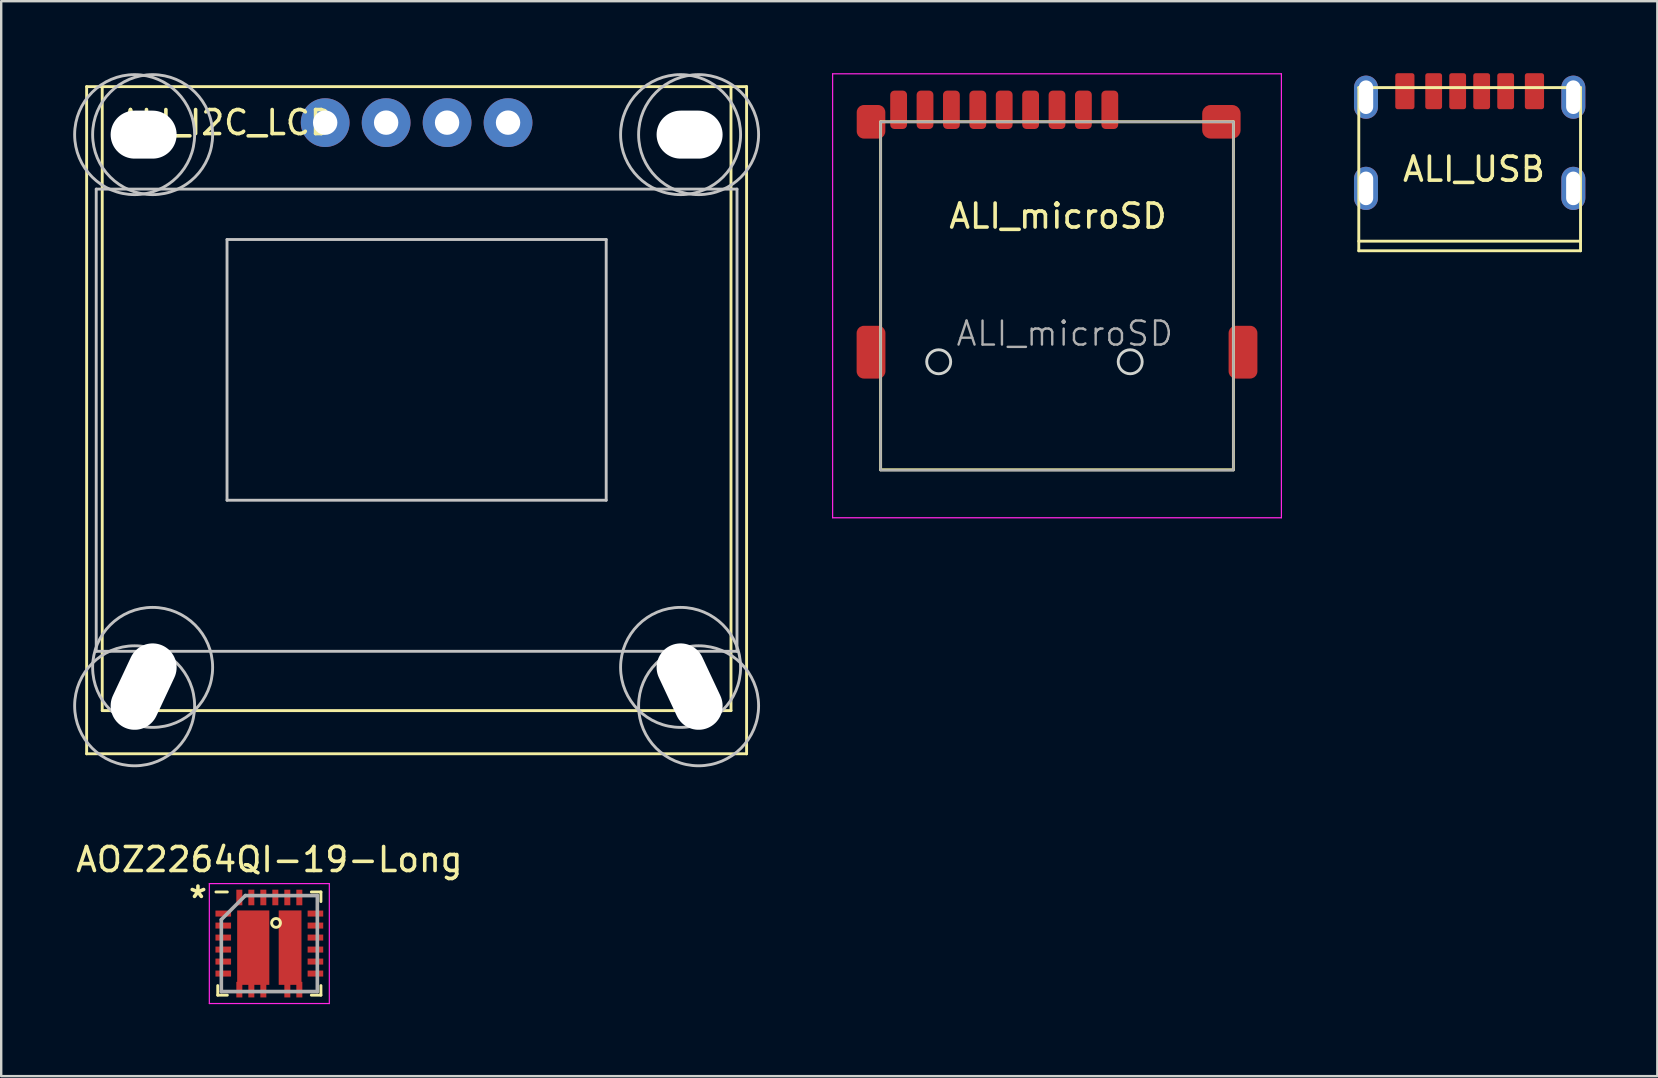
<source format=kicad_pcb>
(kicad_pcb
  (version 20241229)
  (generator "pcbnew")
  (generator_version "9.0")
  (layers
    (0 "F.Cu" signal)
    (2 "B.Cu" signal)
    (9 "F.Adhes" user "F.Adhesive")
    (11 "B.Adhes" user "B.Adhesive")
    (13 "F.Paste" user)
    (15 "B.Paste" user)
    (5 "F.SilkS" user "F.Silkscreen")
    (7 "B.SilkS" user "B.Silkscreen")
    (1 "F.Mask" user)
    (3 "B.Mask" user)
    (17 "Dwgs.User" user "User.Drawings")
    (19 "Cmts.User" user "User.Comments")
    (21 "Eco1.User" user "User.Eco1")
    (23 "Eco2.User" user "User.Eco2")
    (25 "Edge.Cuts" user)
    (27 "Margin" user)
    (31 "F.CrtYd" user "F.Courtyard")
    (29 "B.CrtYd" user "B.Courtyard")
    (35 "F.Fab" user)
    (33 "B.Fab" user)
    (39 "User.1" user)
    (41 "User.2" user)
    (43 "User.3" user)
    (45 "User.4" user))
  (footprint "ALI_I2C_LCD"
    (layer "F.Cu")
    (at 14.31 0.56)
    (property "Reference" "ALI_I2C_LCD" (at -7.9 1.5 0) (layer "F.SilkS") (effects (font (size 1 1) (thickness 0.15))))
    (attr through_hole)
    (fp_line (start -13.75 0) (end -13.75 27.8) (stroke (width 0.12) (type solid)) (layer "F.SilkS"))
    (fp_line (start -13.75 0) (end 13.75 0) (stroke (width 0.12) (type solid)) (layer "F.SilkS"))
    (fp_line (start -13.75 27.8) (end 13.75 27.8) (stroke (width 0.12) (type solid)) (layer "F.SilkS"))
    (fp_line (start -13.1 0) (end -13.1 26) (stroke (width 0.12) (type solid)) (layer "F.SilkS"))
    (fp_line (start -13.1 26) (end 13.1 26) (stroke (width 0.12) (type solid)) (layer "F.SilkS"))
    (fp_line (start 13.1 0) (end 13.1 26) (stroke (width 0.12) (type solid)) (layer "F.SilkS"))
    (fp_line (start 13.75 0) (end 13.75 27.8) (stroke (width 0.12) (type solid)) (layer "F.SilkS"))
    (fp_line (start -13.35 4.27) (end 13.35 4.27) (stroke (width 0.12) (type solid)) (layer "Dwgs.User"))
    (fp_line (start -13.35 23.53) (end -13.35 4.27) (stroke (width 0.12) (type solid)) (layer "Dwgs.User"))
    (fp_line (start -7.9 6.37) (end 7.9 6.37) (stroke (width 0.12) (type solid)) (layer "Dwgs.User"))
    (fp_line (start -7.9 17.234) (end -7.9 6.37) (stroke (width 0.12) (type solid)) (layer "Dwgs.User"))
    (fp_line (start 7.9 6.37) (end 7.9 17.234) (stroke (width 0.12) (type solid)) (layer "Dwgs.User"))
    (fp_line (start 7.9 17.234) (end -7.9 17.234) (stroke (width 0.12) (type solid)) (layer "Dwgs.User"))
    (fp_line (start 13.35 4.27) (end 13.35 23.53) (stroke (width 0.12) (type solid)) (layer "Dwgs.User"))
    (fp_line (start 13.35 23.53) (end -13.35 23.53) (stroke (width 0.12) (type solid)) (layer "Dwgs.User"))
    (fp_circle (center -11.75 2) (end -9.25 2) (stroke (width 0.12) (type solid)) (fill no) (layer "Dwgs.User"))
    (fp_circle (center -11.75 25.8) (end -9.25 25.8) (stroke (width 0.12) (type solid)) (fill no) (layer "Dwgs.User"))
    (fp_circle (center -11 2) (end -8.5 2) (stroke (width 0.12) (type solid)) (fill no) (layer "Dwgs.User"))
    (fp_circle (center -11 24.2) (end -8.5 24.2) (stroke (width 0.12) (type solid)) (fill no) (layer "Dwgs.User"))
    (fp_circle (center 11 2) (end 13.5 2) (stroke (width 0.12) (type solid)) (fill no) (layer "Dwgs.User"))
    (fp_circle (center 11 24.2) (end 13.5 24.2) (stroke (width 0.12) (type solid)) (fill no) (layer "Dwgs.User"))
    (fp_circle (center 11.75 2) (end 14.25 2) (stroke (width 0.12) (type solid)) (fill no) (layer "Dwgs.User"))
    (fp_circle (center 11.75 25.8) (end 14.25 25.8) (stroke (width 0.12) (type solid)) (fill no) (layer "Dwgs.User"))
    (pad "" np_thru_hole oval (at -11.375 2) (size 2.75 2) (drill oval 2.75 2) (layers "*.Cu" "*.Mask"))
    (pad "" np_thru_hole oval (at -11.375 25 64.885) (size 3.767 2) (drill oval 3.767 2) (layers "*.Cu" "*.Mask"))
    (pad "" np_thru_hole oval (at 11.375 2) (size 2.75 2) (drill oval 2.75 2) (layers "*.Cu" "*.Mask"))
    (pad "" np_thru_hole oval (at 11.375 25 295.115) (size 3.767 2) (drill oval 3.767 2) (layers "*.Cu" "*.Mask"))
    (pad "1" thru_hole oval (at -3.81 1.5) (size 2.032 2.032) (drill 1.016) (layers "*.Cu" "*.Mask"))
    (pad "2" thru_hole oval (at -1.27 1.5) (size 2.032 2.032) (drill 1.016) (layers "*.Cu" "*.Mask"))
    (pad "3" thru_hole oval (at 1.27 1.5) (size 2.032 2.032) (drill 1.016) (layers "*.Cu" "*.Mask"))
    (pad "4" thru_hole oval (at 3.81 1.5) (size 2.032 2.032) (drill 1.016) (layers "*.Cu" "*.Mask")))
  (footprint "ALI_USB"
    (layer "F.Cu")
    (at 53.87 1)
    (property "Reference" "ALI_USB" (at 4.5 3 0) (unlocked yes) (layer "F.SilkS") (effects (font (size 1 1) (thickness 0.15))))
    (attr through_hole)
    (fp_line (start -0.3 -0.4) (end 8.94 -0.4) (stroke (width 0.12) (type solid)) (layer "F.SilkS"))
    (fp_line (start -0.3 6.4) (end -0.3 -0.4) (stroke (width 0.12) (type solid)) (layer "F.SilkS"))
    (fp_line (start 8.94 -0.4) (end 8.94 6.4) (stroke (width 0.12) (type solid)) (layer "F.SilkS"))
    (fp_line (start 8.94 6) (end -0.3 6) (stroke (width 0.12) (type solid)) (layer "F.SilkS"))
    (fp_line (start 8.94 6.4) (end -0.3 6.4) (stroke (width 0.12) (type solid)) (layer "F.SilkS"))
    (pad "A5" smd roundrect (at 3.82 -0.25) (size 0.7 1.5) (layers "F.Cu" "F.Mask" "F.Paste") (roundrect_rratio 0.143))
    (pad "A9" smd roundrect (at 5.82 -0.25) (size 0.7 1.5) (layers "F.Cu" "F.Mask" "F.Paste") (roundrect_rratio 0.143))
    (pad "A12" smd roundrect (at 7.02 -0.25) (size 0.8 1.5) (layers "F.Cu" "F.Mask" "F.Paste") (roundrect_rratio 0.125))
    (pad "B5" smd roundrect (at 4.82 -0.25) (size 0.7 1.5) (layers "F.Cu" "F.Mask" "F.Paste") (roundrect_rratio 0.143))
    (pad "B9" smd roundrect (at 2.82 -0.25) (size 0.7 1.5) (layers "F.Cu" "F.Mask" "F.Paste") (roundrect_rratio 0.143))
    (pad "B12" smd roundrect (at 1.62 -0.25) (size 0.8 1.5) (layers "F.Cu" "F.Mask" "F.Paste") (roundrect_rratio 0.125))
    (pad "S1" thru_hole oval (at 0 0) (size 1 1.8) (drill oval 0.6 1.4) (layers "*.Cu" "*.Mask"))
    (pad "S2" thru_hole oval (at 0 3.8) (size 1 1.8) (drill oval 0.6 1.4) (layers "*.Cu" "*.Mask"))
    (pad "S3" thru_hole oval (at 8.64 0) (size 1 1.8) (drill oval 0.6 1.4) (layers "*.Cu" "*.Mask"))
    (pad "S4" thru_hole oval (at 8.64 3.8) (size 1 1.8) (drill oval 0.6 1.4) (layers "*.Cu" "*.Mask")))
  (footprint "AOZ2264QI-19-Long"
    (layer "F.Cu")
    (at 8.173 36.268)
    (property "Reference" "AOZ2264QI-19-Long" (at 0 -3.5 0) (layer "F.SilkS") (effects (font (size 1 1) (thickness 0.15))))
    (attr smd)
    (fp_poly (pts (xy 0 1.72) (xy -1.34 1.72) (xy -1.34 -1.38) (xy 0 -1.38)) (stroke (width 0) (type solid)) (fill yes) (layer "F.Cu"))
    (fp_poly (pts (xy 1.34 1.72) (xy 0.39 1.72) (xy 0.39 -1.38) (xy 1.34 -1.38)) (stroke (width 0) (type solid)) (fill yes) (layer "F.Cu"))
    (fp_poly (pts (xy 0.01 1.72) (xy -1.33 1.72) (xy -1.33 -1.38) (xy 0.01 -1.38)) (stroke (width 0) (type solid)) (fill yes) (layer "F.Mask"))
    (fp_poly (pts (xy 1.3 1.72) (xy 0.39 1.72) (xy 0.39 -1.38) (xy 1.3 -1.38)) (stroke (width 0) (type solid)) (fill yes) (layer "F.Mask"))
    (fp_line (start -2.15 2.15) (end -2.15 1.75) (stroke (width 0.12) (type solid)) (layer "F.SilkS"))
    (fp_line (start -1.75 -2.15) (end -2.225 -2.15) (stroke (width 0.12) (type solid)) (layer "F.SilkS"))
    (fp_line (start -1.75 2.15) (end -2.15 2.15) (stroke (width 0.12) (type solid)) (layer "F.SilkS"))
    (fp_line (start 1.75 -2.15) (end 2.15 -2.15) (stroke (width 0.12) (type solid)) (layer "F.SilkS"))
    (fp_line (start 1.75 2.15) (end 2.15 2.15) (stroke (width 0.12) (type solid)) (layer "F.SilkS"))
    (fp_line (start 2.15 -2.15) (end 2.15 -1.75) (stroke (width 0.12) (type solid)) (layer "F.SilkS"))
    (fp_line (start 2.15 2.15) (end 2.15 1.75) (stroke (width 0.12) (type solid)) (layer "F.SilkS"))
    (fp_circle (center 0.28 -0.86) (end 0.11 -0.93) (stroke (width 0.12) (type solid)) (fill no) (layer "F.SilkS"))
    (fp_poly (pts (xy -0.56 -0.48) (xy -0.81 -0.48) (xy -0.81 -0.73) (xy -0.56 -0.73)) (stroke (width 0) (type solid)) (fill yes) (layer "F.Paste"))
    (fp_poly (pts (xy -0.56 0.02) (xy -0.81 0.02) (xy -0.81 -0.23) (xy -0.56 -0.23)) (stroke (width 0) (type solid)) (fill yes) (layer "F.Paste"))
    (fp_poly (pts (xy -0.56 0.52) (xy -0.81 0.52) (xy -0.81 0.27) (xy -0.56 0.27)) (stroke (width 0) (type solid)) (fill yes) (layer "F.Paste"))
    (fp_poly (pts (xy -0.56 1.02) (xy -0.81 1.02) (xy -0.81 0.77) (xy -0.56 0.77)) (stroke (width 0) (type solid)) (fill yes) (layer "F.Paste"))
    (fp_poly (pts (xy 0.98 -0.48) (xy 0.73 -0.48) (xy 0.73 -0.73) (xy 0.98 -0.73)) (stroke (width 0) (type solid)) (fill yes) (layer "F.Paste"))
    (fp_poly (pts (xy 0.98 0.02) (xy 0.73 0.02) (xy 0.73 -0.23) (xy 0.98 -0.23)) (stroke (width 0) (type solid)) (fill yes) (layer "F.Paste"))
    (fp_poly (pts (xy 0.98 0.52) (xy 0.73 0.52) (xy 0.73 0.27) (xy 0.98 0.27)) (stroke (width 0) (type solid)) (fill yes) (layer "F.Paste"))
    (fp_poly (pts (xy 0.98 1.02) (xy 0.73 1.02) (xy 0.73 0.77) (xy 0.98 0.77)) (stroke (width 0) (type solid)) (fill yes) (layer "F.Paste"))
    (fp_line (start -2.5 -2.5) (end 2.5 -2.5) (stroke (width 0.05) (type solid)) (layer "F.CrtYd"))
    (fp_line (start -2.5 2.5) (end -2.5 -2.5) (stroke (width 0.05) (type solid)) (layer "F.CrtYd"))
    (fp_line (start 2.5 -2.5) (end 2.5 2.5) (stroke (width 0.05) (type solid)) (layer "F.CrtYd"))
    (fp_line (start 2.5 2.5) (end -2.5 2.5) (stroke (width 0.05) (type solid)) (layer "F.CrtYd"))
    (fp_line (start -2 -1) (end -2 2) (stroke (width 0.15) (type solid)) (layer "F.Fab"))
    (fp_line (start -2 2) (end 2 2) (stroke (width 0.15) (type solid)) (layer "F.Fab"))
    (fp_line (start -1 -2) (end -2 -1) (stroke (width 0.15) (type solid)) (layer "F.Fab"))
    (fp_line (start 2 -2) (end -1 -2) (stroke (width 0.15) (type solid)) (layer "F.Fab"))
    (fp_line (start 2 2) (end 2 -2) (stroke (width 0.15) (type solid)) (layer "F.Fab"))
    (fp_text user "*" (at -2.975 -1.85 0) (layer "F.SilkS") (effects (font (size 1 1) (thickness 0.15))))
    (pad "1" smd rect (at -1.92 -1.25 90) (size 0.25 0.65) (layers "F.Cu" "F.Mask" "F.Paste"))
    (pad "2" smd rect (at -1.92 -0.75 90) (size 0.25 0.65) (layers "F.Cu" "F.Mask" "F.Paste"))
    (pad "3" smd rect (at -1.92 -0.25 90) (size 0.25 0.65) (layers "F.Cu" "F.Mask" "F.Paste"))
    (pad "4" smd rect (at -1.92 0.25 90) (size 0.25 0.65) (layers "F.Cu" "F.Mask" "F.Paste"))
    (pad "5" smd rect (at -1.92 0.75 90) (size 0.25 0.65) (layers "F.Cu" "F.Mask" "F.Paste"))
    (pad "6" smd rect (at -1.92 1.25 90) (size 0.25 0.65) (layers "F.Cu" "F.Mask" "F.Paste"))
    (pad "7" smd rect (at -1.25 1.92) (size 0.25 0.65) (layers "F.Cu" "F.Mask" "F.Paste"))
    (pad "8" smd rect (at -0.75 1.92) (size 0.25 0.65) (layers "F.Cu" "F.Mask" "F.Paste"))
    (pad "9" smd rect (at -0.25 1.92) (size 0.25 0.65) (layers "F.Cu" "F.Mask" "F.Paste"))
    (pad "10" smd rect (at 0.75 1.92) (size 0.25 0.65) (layers "F.Cu" "F.Mask" "F.Paste"))
    (pad "11" smd rect (at 1.25 1.92) (size 0.25 0.65) (layers "F.Cu" "F.Mask" "F.Paste"))
    (pad "12" smd rect (at 1.92 1.25 90) (size 0.25 0.65) (layers "F.Cu" "F.Mask" "F.Paste"))
    (pad "13" smd rect (at 1.92 0.75 90) (size 0.25 0.65) (layers "F.Cu" "F.Mask" "F.Paste"))
    (pad "14" smd rect (at 1.92 0.25 90) (size 0.25 0.65) (layers "F.Cu" "F.Mask" "F.Paste"))
    (pad "15" smd rect (at 1.92 -0.25 90) (size 0.25 0.65) (layers "F.Cu" "F.Mask" "F.Paste"))
    (pad "16" smd rect (at 1.92 -0.75 90) (size 0.25 0.65) (layers "F.Cu" "F.Mask" "F.Paste"))
    (pad "17" smd rect (at 1.92 -1.25 90) (size 0.25 0.65) (layers "F.Cu" "F.Mask" "F.Paste"))
    (pad "18" smd rect (at 1.25 -1.92) (size 0.25 0.65) (layers "F.Cu" "F.Mask" "F.Paste"))
    (pad "19" smd rect (at 0.75 -1.92) (size 0.25 0.65) (layers "F.Cu" "F.Mask" "F.Paste"))
    (pad "20" smd rect (at 0.25 -1.92) (size 0.25 0.65) (layers "F.Cu" "F.Mask" "F.Paste"))
    (pad "21" smd rect (at -0.25 -1.92) (size 0.25 0.65) (layers "F.Cu" "F.Mask" "F.Paste"))
    (pad "22" smd rect (at -0.75 -1.92) (size 0.25 0.65) (layers "F.Cu" "F.Mask" "F.Paste"))
    (pad "23" smd rect (at -1.25 -1.92) (size 0.25 0.65) (layers "F.Cu" "F.Mask" "F.Paste")))
  (footprint "ALI_microSD"
    (layer "F.Cu")
    (at 44.045 12.025)
    (property "Reference" "ALI_microSD" (at -3.01 -6.07 0) (layer "F.SilkS") (effects (font (size 1 1) (thickness 0.15))))
    (attr smd)
    (fp_line (start -10.4 -10) (end -10.4 4.5) (stroke (width 0.12) (type solid)) (layer "F.SilkS"))
    (fp_line (start -10.4 -10) (end 4.3 -10) (stroke (width 0.12) (type solid)) (layer "F.SilkS"))
    (fp_line (start 4.3 -10) (end 4.3 4.5) (stroke (width 0.12) (type solid)) (layer "F.SilkS"))
    (fp_line (start 4.3 4.5) (end -10.4 4.5) (stroke (width 0.12) (type solid)) (layer "F.SilkS"))
    (fp_circle (center -7.98 0) (end -7.48 0) (stroke (width 0.12) (type solid)) (fill no) (layer "Edge.Cuts"))
    (fp_circle (center 0 0) (end 0.5 0) (stroke (width 0.12) (type solid)) (fill no) (layer "Edge.Cuts"))
    (fp_line (start -12.4 -12) (end 6.3 -12) (stroke (width 0.05) (type solid)) (layer "F.CrtYd"))
    (fp_line (start -12.4 6.5) (end -12.4 -12) (stroke (width 0.05) (type solid)) (layer "F.CrtYd"))
    (fp_line (start 6.3 -12) (end 6.3 6.5) (stroke (width 0.05) (type solid)) (layer "F.CrtYd"))
    (fp_line (start 6.3 6.5) (end -12.4 6.5) (stroke (width 0.05) (type solid)) (layer "F.CrtYd"))
    (fp_line (start -10.4 -10) (end 4.3 -10) (stroke (width 0.1) (type solid)) (layer "F.Fab"))
    (fp_line (start -10.4 4.5) (end -10.4 -10) (stroke (width 0.1) (type solid)) (layer "F.Fab"))
    (fp_line (start -10.4 4.525) (end 4.3 4.525) (stroke (width 0.1) (type solid)) (layer "F.Fab"))
    (fp_line (start 4.3 4.5) (end 4.3 -10) (stroke (width 0.1) (type solid)) (layer "F.Fab"))
    (fp_text user "${REFERENCE}" (at -2.725 -1.175 0) (layer "F.Fab") (effects (font (size 1 1) (thickness 0.1))))
    (pad "1" smd roundrect (at -0.85 -10.5) (size 0.7 1.6) (layers "F.Cu" "F.Mask" "F.Paste") (roundrect_rratio 0.25))
    (pad "2" smd roundrect (at -1.95 -10.5) (size 0.7 1.6) (layers "F.Cu" "F.Mask" "F.Paste") (roundrect_rratio 0.25))
    (pad "3" smd roundrect (at -3.05 -10.5) (size 0.7 1.6) (layers "F.Cu" "F.Mask" "F.Paste") (roundrect_rratio 0.25))
    (pad "4" smd roundrect (at -4.15 -10.5) (size 0.7 1.6) (layers "F.Cu" "F.Mask" "F.Paste") (roundrect_rratio 0.25))
    (pad "5" smd roundrect (at -5.25 -10.5) (size 0.7 1.6) (layers "F.Cu" "F.Mask" "F.Paste") (roundrect_rratio 0.25))
    (pad "6" smd roundrect (at -6.35 -10.5) (size 0.7 1.6) (layers "F.Cu" "F.Mask" "F.Paste") (roundrect_rratio 0.25))
    (pad "7" smd roundrect (at -7.45 -10.5) (size 0.7 1.6) (layers "F.Cu" "F.Mask" "F.Paste") (roundrect_rratio 0.25))
    (pad "8" smd roundrect (at -8.55 -10.5) (size 0.7 1.6) (layers "F.Cu" "F.Mask" "F.Paste") (roundrect_rratio 0.25))
    (pad "Cd" smd roundrect (at -9.65 -10.5) (size 0.7 1.6) (layers "F.Cu" "F.Mask" "F.Paste") (roundrect_rratio 0.25))
    (pad "SHIELD" smd roundrect (at -10.8 -10) (size 1.192 1.4) (layers "F.Cu" "F.Mask" "F.Paste") (roundrect_rratio 0.25))
    (pad "SHIELD" smd roundrect (at -10.8 -0.4) (size 1.2 2.2) (layers "F.Cu" "F.Mask" "F.Paste") (roundrect_rratio 0.25))
    (pad "SHIELD" smd roundrect (at 3.8 -10) (size 1.6 1.4) (layers "F.Cu" "F.Mask" "F.Paste") (roundrect_rratio 0.25))
    (pad "SHIELD" smd roundrect (at 4.7 -0.4) (size 1.2 2.2) (layers "F.Cu" "F.Mask" "F.Paste") (roundrect_rratio 0.25)))
  (gr_rect
    (start -3 -3)
    (end 66.01 41.793)
    (stroke (width 0.1) (type default))
    (fill no)
    (layer "Edge.Cuts")))
</source>
